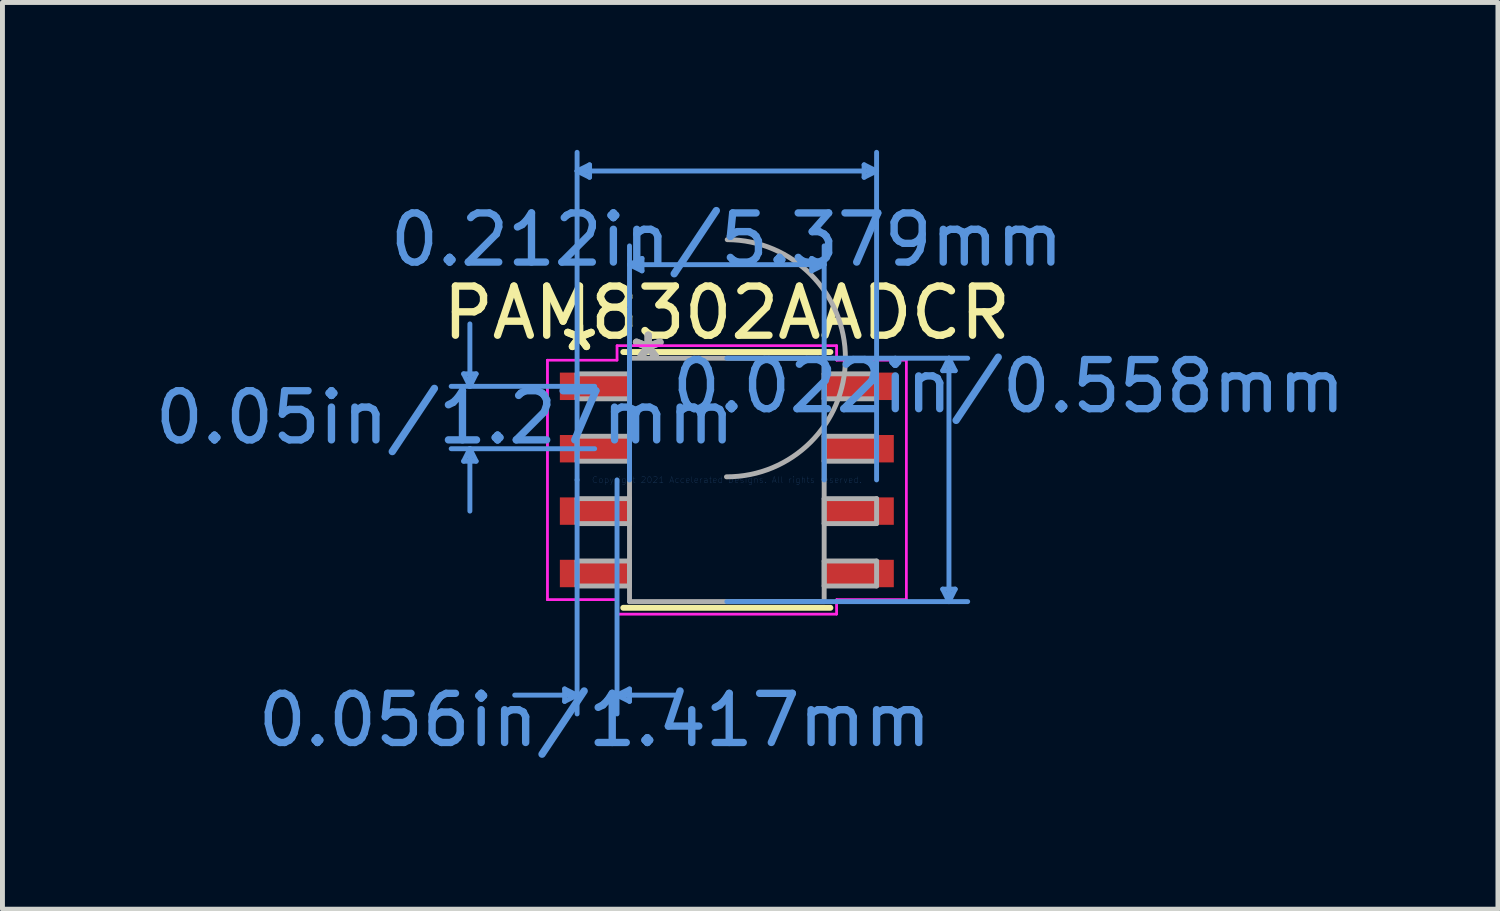
<source format=kicad_pcb>
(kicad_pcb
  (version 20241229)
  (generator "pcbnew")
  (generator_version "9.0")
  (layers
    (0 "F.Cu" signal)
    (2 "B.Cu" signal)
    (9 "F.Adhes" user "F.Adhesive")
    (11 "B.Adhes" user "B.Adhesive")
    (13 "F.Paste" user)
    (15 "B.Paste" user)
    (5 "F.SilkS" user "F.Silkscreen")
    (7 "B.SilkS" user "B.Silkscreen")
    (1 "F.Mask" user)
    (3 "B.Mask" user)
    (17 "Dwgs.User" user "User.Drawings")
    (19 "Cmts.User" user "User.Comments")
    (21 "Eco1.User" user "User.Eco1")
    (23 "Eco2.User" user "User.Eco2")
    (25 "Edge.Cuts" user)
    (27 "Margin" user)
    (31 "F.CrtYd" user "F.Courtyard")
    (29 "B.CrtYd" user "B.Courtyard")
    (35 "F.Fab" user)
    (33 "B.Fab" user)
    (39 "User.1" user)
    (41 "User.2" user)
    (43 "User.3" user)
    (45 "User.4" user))
  (footprint "PAM8302AADCR"
    (layer "F.Cu")
    (at 11.744 6.718)
    (property "Reference" "PAM8302AADCR" (at 0 -3.4 0) (layer "F.SilkS") (effects (font (size 1 1) (thickness 0.15))))
    (attr through_hole)
    (fp_line (start -2.108 2.603) (end 2.108 2.603) (stroke (width 0.12) (type solid)) (layer "F.SilkS"))
    (fp_line (start 2.108 -2.603) (end -2.108 -2.603) (stroke (width 0.12) (type solid)) (layer "F.SilkS"))
    (fp_line (start -5.357 -2.159) (end -5.103 -2.159) (stroke (width 0.1) (type solid)) (layer "Cmts.User"))
    (fp_line (start -5.357 -0.381) (end -5.103 -0.381) (stroke (width 0.1) (type solid)) (layer "Cmts.User"))
    (fp_line (start -5.23 -1.905) (end -5.357 -2.159) (stroke (width 0.1) (type solid)) (layer "Cmts.User"))
    (fp_line (start -5.23 -1.905) (end -5.23 -3.175) (stroke (width 0.1) (type solid)) (layer "Cmts.User"))
    (fp_line (start -5.23 -1.905) (end -5.103 -2.159) (stroke (width 0.1) (type solid)) (layer "Cmts.User"))
    (fp_line (start -5.23 -0.635) (end -5.357 -0.381) (stroke (width 0.1) (type solid)) (layer "Cmts.User"))
    (fp_line (start -5.23 -0.635) (end -5.23 0.635) (stroke (width 0.1) (type solid)) (layer "Cmts.User"))
    (fp_line (start -5.23 -0.635) (end -5.103 -0.381) (stroke (width 0.1) (type solid)) (layer "Cmts.User"))
    (fp_line (start -3.302 4.255) (end -3.302 4.508) (stroke (width 0.1) (type solid)) (layer "Cmts.User"))
    (fp_line (start -3.048 -6.287) (end -2.794 -6.413) (stroke (width 0.1) (type solid)) (layer "Cmts.User"))
    (fp_line (start -3.048 -6.287) (end -2.794 -6.16) (stroke (width 0.1) (type solid)) (layer "Cmts.User"))
    (fp_line (start -3.048 -6.287) (end 3.048 -6.287) (stroke (width 0.1) (type solid)) (layer "Cmts.User"))
    (fp_line (start -3.048 0) (end -3.048 -6.668) (stroke (width 0.1) (type solid)) (layer "Cmts.User"))
    (fp_line (start -3.048 0) (end -3.048 4.763) (stroke (width 0.1) (type solid)) (layer "Cmts.User"))
    (fp_line (start -3.048 4.381) (end -4.318 4.381) (stroke (width 0.1) (type solid)) (layer "Cmts.User"))
    (fp_line (start -3.048 4.381) (end -3.302 4.255) (stroke (width 0.1) (type solid)) (layer "Cmts.User"))
    (fp_line (start -3.048 4.381) (end -3.302 4.508) (stroke (width 0.1) (type solid)) (layer "Cmts.User"))
    (fp_line (start -2.794 -6.413) (end -2.794 -6.16) (stroke (width 0.1) (type solid)) (layer "Cmts.User"))
    (fp_line (start -2.69 -1.905) (end -5.611 -1.905) (stroke (width 0.1) (type solid)) (layer "Cmts.User"))
    (fp_line (start -2.69 -0.635) (end -5.611 -0.635) (stroke (width 0.1) (type solid)) (layer "Cmts.User"))
    (fp_line (start -2.235 0) (end -2.235 4.763) (stroke (width 0.1) (type solid)) (layer "Cmts.User"))
    (fp_line (start -2.235 4.381) (end -1.981 4.255) (stroke (width 0.1) (type solid)) (layer "Cmts.User"))
    (fp_line (start -2.235 4.381) (end -1.981 4.508) (stroke (width 0.1) (type solid)) (layer "Cmts.User"))
    (fp_line (start -2.235 4.381) (end -0.965 4.381) (stroke (width 0.1) (type solid)) (layer "Cmts.User"))
    (fp_line (start -1.981 -4.381) (end -1.727 -4.508) (stroke (width 0.1) (type solid)) (layer "Cmts.User"))
    (fp_line (start -1.981 -4.381) (end -1.727 -4.255) (stroke (width 0.1) (type solid)) (layer "Cmts.User"))
    (fp_line (start -1.981 -4.381) (end 1.981 -4.381) (stroke (width 0.1) (type solid)) (layer "Cmts.User"))
    (fp_line (start -1.981 0) (end -1.981 -4.763) (stroke (width 0.1) (type solid)) (layer "Cmts.User"))
    (fp_line (start -1.981 4.255) (end -1.981 4.508) (stroke (width 0.1) (type solid)) (layer "Cmts.User"))
    (fp_line (start -1.727 -4.508) (end -1.727 -4.255) (stroke (width 0.1) (type solid)) (layer "Cmts.User"))
    (fp_line (start 0 -2.477) (end 4.902 -2.477) (stroke (width 0.1) (type solid)) (layer "Cmts.User"))
    (fp_line (start 0 2.477) (end 4.902 2.477) (stroke (width 0.1) (type solid)) (layer "Cmts.User"))
    (fp_line (start 1.727 -4.508) (end 1.727 -4.255) (stroke (width 0.1) (type solid)) (layer "Cmts.User"))
    (fp_line (start 1.981 -4.381) (end 1.727 -4.508) (stroke (width 0.1) (type solid)) (layer "Cmts.User"))
    (fp_line (start 1.981 -4.381) (end 1.727 -4.255) (stroke (width 0.1) (type solid)) (layer "Cmts.User"))
    (fp_line (start 1.981 0) (end 1.981 -4.763) (stroke (width 0.1) (type solid)) (layer "Cmts.User"))
    (fp_line (start 2.794 -6.413) (end 2.794 -6.16) (stroke (width 0.1) (type solid)) (layer "Cmts.User"))
    (fp_line (start 3.048 -6.287) (end 2.794 -6.413) (stroke (width 0.1) (type solid)) (layer "Cmts.User"))
    (fp_line (start 3.048 -6.287) (end 2.794 -6.16) (stroke (width 0.1) (type solid)) (layer "Cmts.User"))
    (fp_line (start 3.048 0) (end 3.048 -6.668) (stroke (width 0.1) (type solid)) (layer "Cmts.User"))
    (fp_line (start 4.394 -2.223) (end 4.648 -2.223) (stroke (width 0.1) (type solid)) (layer "Cmts.User"))
    (fp_line (start 4.394 2.223) (end 4.648 2.223) (stroke (width 0.1) (type solid)) (layer "Cmts.User"))
    (fp_line (start 4.521 -2.477) (end 4.394 -2.223) (stroke (width 0.1) (type solid)) (layer "Cmts.User"))
    (fp_line (start 4.521 -2.477) (end 4.521 2.477) (stroke (width 0.1) (type solid)) (layer "Cmts.User"))
    (fp_line (start 4.521 -2.477) (end 4.648 -2.223) (stroke (width 0.1) (type solid)) (layer "Cmts.User"))
    (fp_line (start 4.521 2.477) (end 4.394 2.223) (stroke (width 0.1) (type solid)) (layer "Cmts.User"))
    (fp_line (start 4.521 2.477) (end 4.648 2.223) (stroke (width 0.1) (type solid)) (layer "Cmts.User"))
    (fp_line (start -3.652 -2.438) (end -2.235 -2.438) (stroke (width 0.05) (type solid)) (layer "F.CrtYd"))
    (fp_line (start -3.652 -2.438) (end -2.235 -2.438) (stroke (width 0.05) (type solid)) (layer "F.CrtYd"))
    (fp_line (start -3.652 2.438) (end -3.652 -2.438) (stroke (width 0.05) (type solid)) (layer "F.CrtYd"))
    (fp_line (start -3.652 2.438) (end -3.652 -2.438) (stroke (width 0.05) (type solid)) (layer "F.CrtYd"))
    (fp_line (start -3.652 2.438) (end -2.235 2.438) (stroke (width 0.05) (type solid)) (layer "F.CrtYd"))
    (fp_line (start -2.235 -2.731) (end 2.235 -2.731) (stroke (width 0.05) (type solid)) (layer "F.CrtYd"))
    (fp_line (start -2.235 -2.731) (end 2.235 -2.731) (stroke (width 0.05) (type solid)) (layer "F.CrtYd"))
    (fp_line (start -2.235 -2.438) (end -2.235 -2.731) (stroke (width 0.05) (type solid)) (layer "F.CrtYd"))
    (fp_line (start -2.235 -2.438) (end -2.235 -2.731) (stroke (width 0.05) (type solid)) (layer "F.CrtYd"))
    (fp_line (start -2.235 2.438) (end -3.652 2.438) (stroke (width 0.05) (type solid)) (layer "F.CrtYd"))
    (fp_line (start -2.235 2.731) (end -2.235 2.438) (stroke (width 0.05) (type solid)) (layer "F.CrtYd"))
    (fp_line (start -2.235 2.731) (end -2.235 2.438) (stroke (width 0.05) (type solid)) (layer "F.CrtYd"))
    (fp_line (start 2.235 -2.731) (end 2.235 -2.438) (stroke (width 0.05) (type solid)) (layer "F.CrtYd"))
    (fp_line (start 2.235 -2.731) (end 2.235 -2.438) (stroke (width 0.05) (type solid)) (layer "F.CrtYd"))
    (fp_line (start 2.235 -2.438) (end 3.652 -2.438) (stroke (width 0.05) (type solid)) (layer "F.CrtYd"))
    (fp_line (start 2.235 2.438) (end 2.235 2.731) (stroke (width 0.05) (type solid)) (layer "F.CrtYd"))
    (fp_line (start 2.235 2.438) (end 2.235 2.731) (stroke (width 0.05) (type solid)) (layer "F.CrtYd"))
    (fp_line (start 2.235 2.731) (end -2.235 2.731) (stroke (width 0.05) (type solid)) (layer "F.CrtYd"))
    (fp_line (start 2.235 2.731) (end -2.235 2.731) (stroke (width 0.05) (type solid)) (layer "F.CrtYd"))
    (fp_line (start 3.652 -2.438) (end 2.235 -2.438) (stroke (width 0.05) (type solid)) (layer "F.CrtYd"))
    (fp_line (start 3.652 -2.438) (end 3.652 2.438) (stroke (width 0.05) (type solid)) (layer "F.CrtYd"))
    (fp_line (start 3.652 -2.438) (end 3.652 2.438) (stroke (width 0.05) (type solid)) (layer "F.CrtYd"))
    (fp_line (start 3.652 2.438) (end 2.235 2.438) (stroke (width 0.05) (type solid)) (layer "F.CrtYd"))
    (fp_line (start 3.652 2.438) (end 2.235 2.438) (stroke (width 0.05) (type solid)) (layer "F.CrtYd"))
    (fp_line (start -3.048 -2.159) (end -3.048 -1.651) (stroke (width 0.1) (type solid)) (layer "F.Fab"))
    (fp_line (start -3.048 -1.651) (end -1.981 -1.651) (stroke (width 0.1) (type solid)) (layer "F.Fab"))
    (fp_line (start -3.048 -0.889) (end -3.048 -0.381) (stroke (width 0.1) (type solid)) (layer "F.Fab"))
    (fp_line (start -3.048 -0.381) (end -1.981 -0.381) (stroke (width 0.1) (type solid)) (layer "F.Fab"))
    (fp_line (start -3.048 0.381) (end -3.048 0.889) (stroke (width 0.1) (type solid)) (layer "F.Fab"))
    (fp_line (start -3.048 0.889) (end -1.981 0.889) (stroke (width 0.1) (type solid)) (layer "F.Fab"))
    (fp_line (start -3.048 1.651) (end -3.048 2.159) (stroke (width 0.1) (type solid)) (layer "F.Fab"))
    (fp_line (start -3.048 2.159) (end -1.981 2.159) (stroke (width 0.1) (type solid)) (layer "F.Fab"))
    (fp_line (start -1.981 -2.477) (end -1.981 2.477) (stroke (width 0.1) (type solid)) (layer "F.Fab"))
    (fp_line (start -1.981 -2.159) (end -3.048 -2.159) (stroke (width 0.1) (type solid)) (layer "F.Fab"))
    (fp_line (start -1.981 -1.651) (end -1.981 -2.159) (stroke (width 0.1) (type solid)) (layer "F.Fab"))
    (fp_line (start -1.981 -0.889) (end -3.048 -0.889) (stroke (width 0.1) (type solid)) (layer "F.Fab"))
    (fp_line (start -1.981 -0.381) (end -1.981 -0.889) (stroke (width 0.1) (type solid)) (layer "F.Fab"))
    (fp_line (start -1.981 0.381) (end -3.048 0.381) (stroke (width 0.1) (type solid)) (layer "F.Fab"))
    (fp_line (start -1.981 0.889) (end -1.981 0.381) (stroke (width 0.1) (type solid)) (layer "F.Fab"))
    (fp_line (start -1.981 1.651) (end -3.048 1.651) (stroke (width 0.1) (type solid)) (layer "F.Fab"))
    (fp_line (start -1.981 2.159) (end -1.981 1.651) (stroke (width 0.1) (type solid)) (layer "F.Fab"))
    (fp_line (start -1.981 2.477) (end 1.981 2.477) (stroke (width 0.1) (type solid)) (layer "F.Fab"))
    (fp_line (start 1.981 -2.477) (end -1.981 -2.477) (stroke (width 0.1) (type solid)) (layer "F.Fab"))
    (fp_line (start 1.981 -2.159) (end 1.981 -1.651) (stroke (width 0.1) (type solid)) (layer "F.Fab"))
    (fp_line (start 1.981 -1.651) (end 3.048 -1.651) (stroke (width 0.1) (type solid)) (layer "F.Fab"))
    (fp_line (start 1.981 -0.889) (end 1.981 -0.381) (stroke (width 0.1) (type solid)) (layer "F.Fab"))
    (fp_line (start 1.981 -0.381) (end 3.048 -0.381) (stroke (width 0.1) (type solid)) (layer "F.Fab"))
    (fp_line (start 1.981 0.381) (end 1.981 0.889) (stroke (width 0.1) (type solid)) (layer "F.Fab"))
    (fp_line (start 1.981 0.889) (end 3.048 0.889) (stroke (width 0.1) (type solid)) (layer "F.Fab"))
    (fp_line (start 1.981 1.651) (end 1.981 2.159) (stroke (width 0.1) (type solid)) (layer "F.Fab"))
    (fp_line (start 1.981 2.159) (end 3.048 2.159) (stroke (width 0.1) (type solid)) (layer "F.Fab"))
    (fp_line (start 1.981 2.477) (end 1.981 -2.477) (stroke (width 0.1) (type solid)) (layer "F.Fab"))
    (fp_line (start 3.048 -2.159) (end 1.981 -2.159) (stroke (width 0.1) (type solid)) (layer "F.Fab"))
    (fp_line (start 3.048 -1.651) (end 3.048 -2.159) (stroke (width 0.1) (type solid)) (layer "F.Fab"))
    (fp_line (start 3.048 -0.889) (end 1.981 -0.889) (stroke (width 0.1) (type solid)) (layer "F.Fab"))
    (fp_line (start 3.048 -0.381) (end 3.048 -0.889) (stroke (width 0.1) (type solid)) (layer "F.Fab"))
    (fp_line (start 3.048 0.381) (end 1.981 0.381) (stroke (width 0.1) (type solid)) (layer "F.Fab"))
    (fp_line (start 3.048 0.889) (end 3.048 0.381) (stroke (width 0.1) (type solid)) (layer "F.Fab"))
    (fp_line (start 3.048 1.651) (end 1.981 1.651) (stroke (width 0.1) (type solid)) (layer "F.Fab"))
    (fp_line (start 3.048 2.159) (end 3.048 1.651) (stroke (width 0.1) (type solid)) (layer "F.Fab"))
    (fp_arc (start 0.007742 -4.890097) (mid 2.413597 -2.468758) (end -0.007742 -0.062903) (stroke (width 0.1) (type solid)) (layer "F.Fab"))
    (fp_text user "*" (at -3 -2.6 0) (layer "F.SilkS") (effects (font (size 1 1) (thickness 0.15))))
    (fp_text user "*" (at -3 -2.6 0) (layer "F.SilkS") (effects (font (size 1 1) (thickness 0.15))))
    (fp_text user "0.022in/0.558mm" (at 5.738 -1.905 0) (layer "Cmts.User") (effects (font (size 1 1) (thickness 0.15))))
    (fp_text user "0.05in/1.27mm" (at -5.738 -1.27 0) (layer "Cmts.User") (effects (font (size 1 1) (thickness 0.15))))
    (fp_text user "0.056in/1.417mm" (at -2.69 4.889 0) (layer "Cmts.User") (effects (font (size 1 1) (thickness 0.15))))
    (fp_text user "Copyright 2021 Accelerated Designs. All rights reserved." (at 0 0 0) (layer "Cmts.User") (effects (font (size 0.127 0.127) (thickness 0.002))))
    (fp_text user "0.212in/5.379mm" (at 0 -4.889 0) (layer "Cmts.User") (effects (font (size 1 1) (thickness 0.15))))
    (fp_text user "*" (at -1.6 -2.4 0) (layer "F.Fab") (effects (font (size 1 1) (thickness 0.15))))
    (fp_text user "*" (at -1.6 -2.4 0) (layer "F.Fab") (effects (font (size 1 1) (thickness 0.15))))
    (pad "1" smd rect (at -2.69 -1.905) (size 1.417 0.558) (layers "F.Cu" "F.Mask" "F.Paste"))
    (pad "2" smd rect (at -2.69 -0.635) (size 1.417 0.558) (layers "F.Cu" "F.Mask" "F.Paste"))
    (pad "3" smd rect (at -2.69 0.635) (size 1.417 0.558) (layers "F.Cu" "F.Mask" "F.Paste"))
    (pad "4" smd rect (at -2.69 1.905) (size 1.417 0.558) (layers "F.Cu" "F.Mask" "F.Paste"))
    (pad "5" smd rect (at 2.69 1.905) (size 1.417 0.558) (layers "F.Cu" "F.Mask" "F.Paste"))
    (pad "6" smd rect (at 2.69 0.635) (size 1.417 0.558) (layers "F.Cu" "F.Mask" "F.Paste"))
    (pad "7" smd rect (at 2.69 -0.635) (size 1.417 0.558) (layers "F.Cu" "F.Mask" "F.Paste"))
    (pad "8" smd rect (at 2.69 -1.905) (size 1.417 0.558) (layers "F.Cu" "F.Mask" "F.Paste")))
  (gr_rect
    (start -3 -3)
    (end 27.439 15.455)
    (stroke (width 0.1) (type default))
    (fill no)
    (layer "Edge.Cuts")))
</source>
